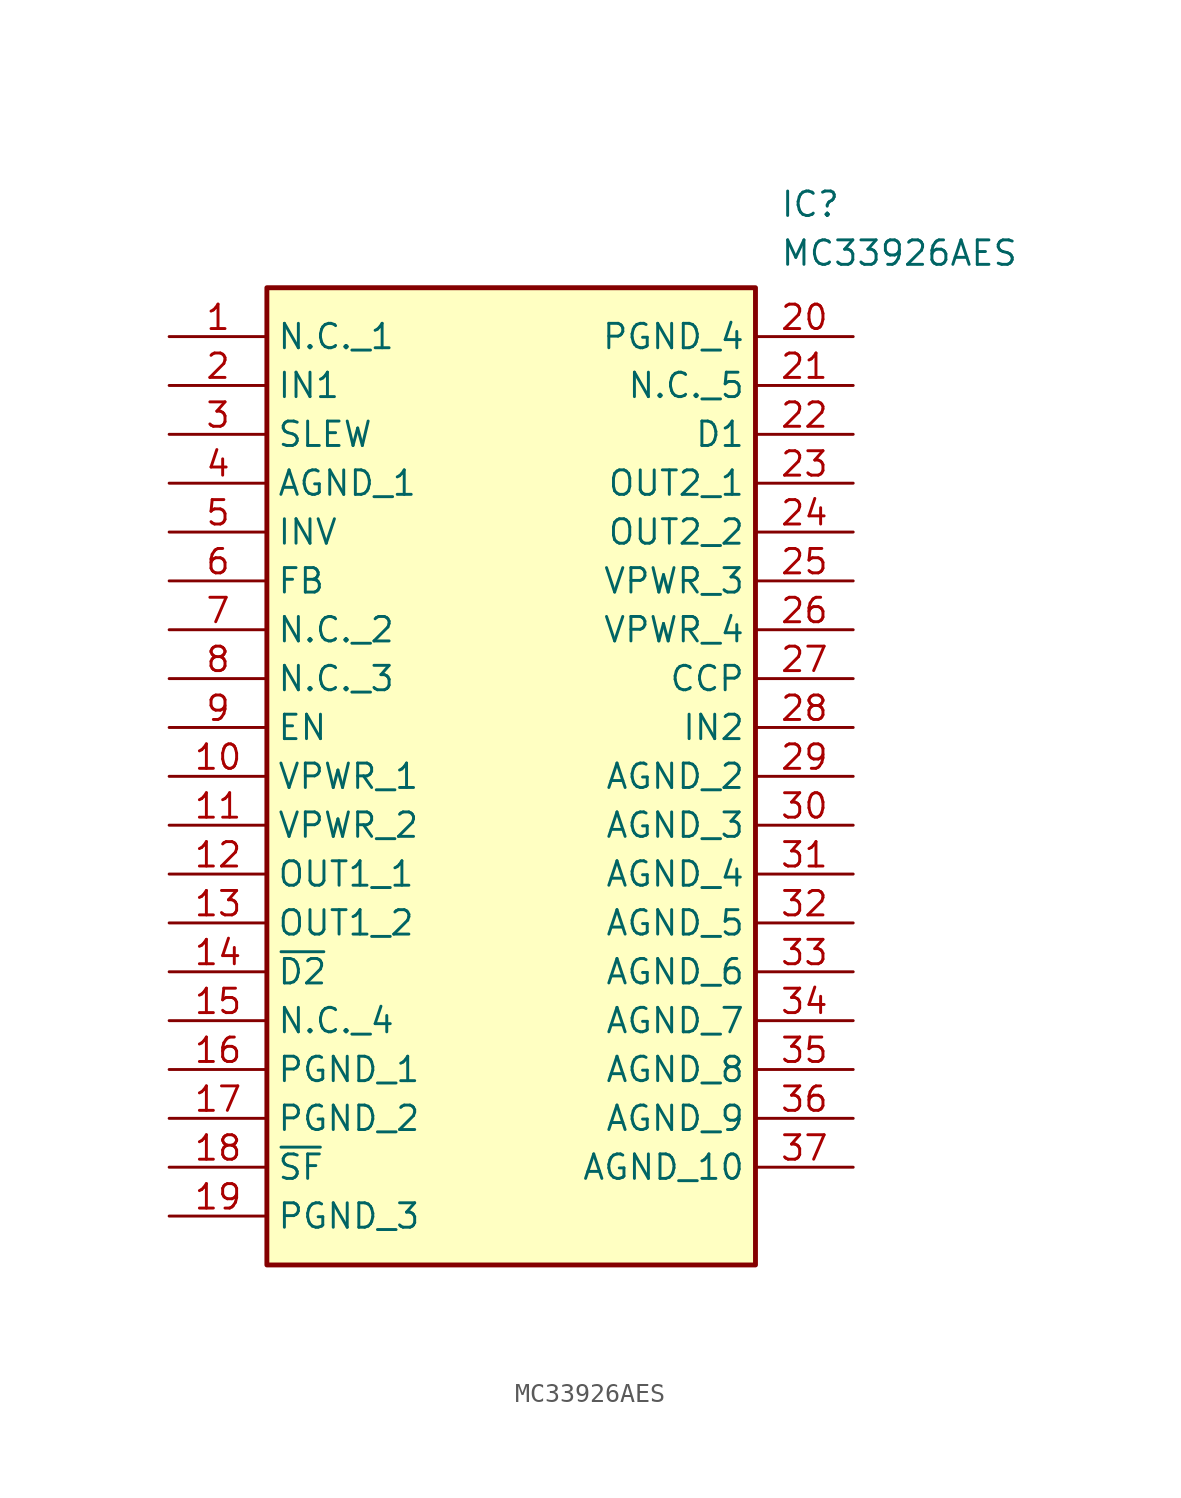
<source format=kicad_sym>
(kicad_symbol_lib
  (version 20211014)
  (generator SamacSys_ECAD_Model)
  (symbol "MC33926AES"
    (property "Reference" "IC"
      (at 31.75 7.62 0)
      (effects (font (size 1.27 1.27)) (justify left top)))
    (property "Value" "MC33926AES"
      (at 31.75 5.08 0)
      (effects (font (size 1.27 1.27)) (justify left top)))
    (rectangle
      (start 5.08 2.54)
      (end 30.48 -48.26)
      (stroke (width 0.254) (type default))
      (fill (type background)))
    (pin passive line
      (at 0 0 0)
      (length 5.08)
      (name "N.C._1" (effects (font (size 1.27 1.27))))
      (number "1" (effects (font (size 1.27 1.27)))))
    (pin passive line
      (at 0 -2.54 0)
      (length 5.08)
      (name "IN1" (effects (font (size 1.27 1.27))))
      (number "2" (effects (font (size 1.27 1.27)))))
    (pin passive line
      (at 0 -5.08 0)
      (length 5.08)
      (name "SLEW" (effects (font (size 1.27 1.27))))
      (number "3" (effects (font (size 1.27 1.27)))))
    (pin passive line
      (at 0 -7.62 0)
      (length 5.08)
      (name "AGND_1" (effects (font (size 1.27 1.27))))
      (number "4" (effects (font (size 1.27 1.27)))))
    (pin passive line
      (at 0 -10.16 0)
      (length 5.08)
      (name "INV" (effects (font (size 1.27 1.27))))
      (number "5" (effects (font (size 1.27 1.27)))))
    (pin passive line
      (at 0 -12.7 0)
      (length 5.08)
      (name "FB" (effects (font (size 1.27 1.27))))
      (number "6" (effects (font (size 1.27 1.27)))))
    (pin passive line
      (at 0 -15.24 0)
      (length 5.08)
      (name "N.C._2" (effects (font (size 1.27 1.27))))
      (number "7" (effects (font (size 1.27 1.27)))))
    (pin passive line
      (at 0 -17.78 0)
      (length 5.08)
      (name "N.C._3" (effects (font (size 1.27 1.27))))
      (number "8" (effects (font (size 1.27 1.27)))))
    (pin passive line
      (at 0 -20.32 0)
      (length 5.08)
      (name "EN" (effects (font (size 1.27 1.27))))
      (number "9" (effects (font (size 1.27 1.27)))))
    (pin passive line
      (at 0 -22.86 0)
      (length 5.08)
      (name "VPWR_1" (effects (font (size 1.27 1.27))))
      (number "10" (effects (font (size 1.27 1.27)))))
    (pin passive line
      (at 0 -25.4 0)
      (length 5.08)
      (name "VPWR_2" (effects (font (size 1.27 1.27))))
      (number "11" (effects (font (size 1.27 1.27)))))
    (pin passive line
      (at 0 -27.94 0)
      (length 5.08)
      (name "OUT1_1" (effects (font (size 1.27 1.27))))
      (number "12" (effects (font (size 1.27 1.27)))))
    (pin passive line
      (at 0 -30.48 0)
      (length 5.08)
      (name "OUT1_2" (effects (font (size 1.27 1.27))))
      (number "13" (effects (font (size 1.27 1.27)))))
    (pin passive line
      (at 0 -33.02 0)
      (length 5.08)
      (name "~{D2}" (effects (font (size 1.27 1.27))))
      (number "14" (effects (font (size 1.27 1.27)))))
    (pin passive line
      (at 0 -35.56 0)
      (length 5.08)
      (name "N.C._4" (effects (font (size 1.27 1.27))))
      (number "15" (effects (font (size 1.27 1.27)))))
    (pin passive line
      (at 0 -38.1 0)
      (length 5.08)
      (name "PGND_1" (effects (font (size 1.27 1.27))))
      (number "16" (effects (font (size 1.27 1.27)))))
    (pin passive line
      (at 0 -40.64 0)
      (length 5.08)
      (name "PGND_2" (effects (font (size 1.27 1.27))))
      (number "17" (effects (font (size 1.27 1.27)))))
    (pin passive line
      (at 0 -43.18 0)
      (length 5.08)
      (name "~{SF}" (effects (font (size 1.27 1.27))))
      (number "18" (effects (font (size 1.27 1.27)))))
    (pin passive line
      (at 0 -45.72 0)
      (length 5.08)
      (name "PGND_3" (effects (font (size 1.27 1.27))))
      (number "19" (effects (font (size 1.27 1.27)))))
    (pin passive line
      (at 35.56 0 180)
      (length 5.08)
      (name "PGND_4" (effects (font (size 1.27 1.27))))
      (number "20" (effects (font (size 1.27 1.27)))))
    (pin passive line
      (at 35.56 -2.54 180)
      (length 5.08)
      (name "N.C._5" (effects (font (size 1.27 1.27))))
      (number "21" (effects (font (size 1.27 1.27)))))
    (pin passive line
      (at 35.56 -5.08 180)
      (length 5.08)
      (name "D1" (effects (font (size 1.27 1.27))))
      (number "22" (effects (font (size 1.27 1.27)))))
    (pin passive line
      (at 35.56 -7.62 180)
      (length 5.08)
      (name "OUT2_1" (effects (font (size 1.27 1.27))))
      (number "23" (effects (font (size 1.27 1.27)))))
    (pin passive line
      (at 35.56 -10.16 180)
      (length 5.08)
      (name "OUT2_2" (effects (font (size 1.27 1.27))))
      (number "24" (effects (font (size 1.27 1.27)))))
    (pin passive line
      (at 35.56 -12.7 180)
      (length 5.08)
      (name "VPWR_3" (effects (font (size 1.27 1.27))))
      (number "25" (effects (font (size 1.27 1.27)))))
    (pin passive line
      (at 35.56 -15.24 180)
      (length 5.08)
      (name "VPWR_4" (effects (font (size 1.27 1.27))))
      (number "26" (effects (font (size 1.27 1.27)))))
    (pin passive line
      (at 35.56 -17.78 180)
      (length 5.08)
      (name "CCP" (effects (font (size 1.27 1.27))))
      (number "27" (effects (font (size 1.27 1.27)))))
    (pin passive line
      (at 35.56 -20.32 180)
      (length 5.08)
      (name "IN2" (effects (font (size 1.27 1.27))))
      (number "28" (effects (font (size 1.27 1.27)))))
    (pin passive line
      (at 35.56 -22.86 180)
      (length 5.08)
      (name "AGND_2" (effects (font (size 1.27 1.27))))
      (number "29" (effects (font (size 1.27 1.27)))))
    (pin passive line
      (at 35.56 -25.4 180)
      (length 5.08)
      (name "AGND_3" (effects (font (size 1.27 1.27))))
      (number "30" (effects (font (size 1.27 1.27)))))
    (pin passive line
      (at 35.56 -27.94 180)
      (length 5.08)
      (name "AGND_4" (effects (font (size 1.27 1.27))))
      (number "31" (effects (font (size 1.27 1.27)))))
    (pin passive line
      (at 35.56 -30.48 180)
      (length 5.08)
      (name "AGND_5" (effects (font (size 1.27 1.27))))
      (number "32" (effects (font (size 1.27 1.27)))))
    (pin passive line
      (at 35.56 -33.02 180)
      (length 5.08)
      (name "AGND_6" (effects (font (size 1.27 1.27))))
      (number "33" (effects (font (size 1.27 1.27)))))
    (pin passive line
      (at 35.56 -35.56 180)
      (length 5.08)
      (name "AGND_7" (effects (font (size 1.27 1.27))))
      (number "34" (effects (font (size 1.27 1.27)))))
    (pin passive line
      (at 35.56 -38.1 180)
      (length 5.08)
      (name "AGND_8" (effects (font (size 1.27 1.27))))
      (number "35" (effects (font (size 1.27 1.27)))))
    (pin passive line
      (at 35.56 -40.64 180)
      (length 5.08)
      (name "AGND_9" (effects (font (size 1.27 1.27))))
      (number "36" (effects (font (size 1.27 1.27)))))
    (pin passive line
      (at 35.56 -43.18 180)
      (length 5.08)
      (name "AGND_10" (effects (font (size 1.27 1.27))))
      (number "37" (effects (font (size 1.27 1.27)))))))
</source>
